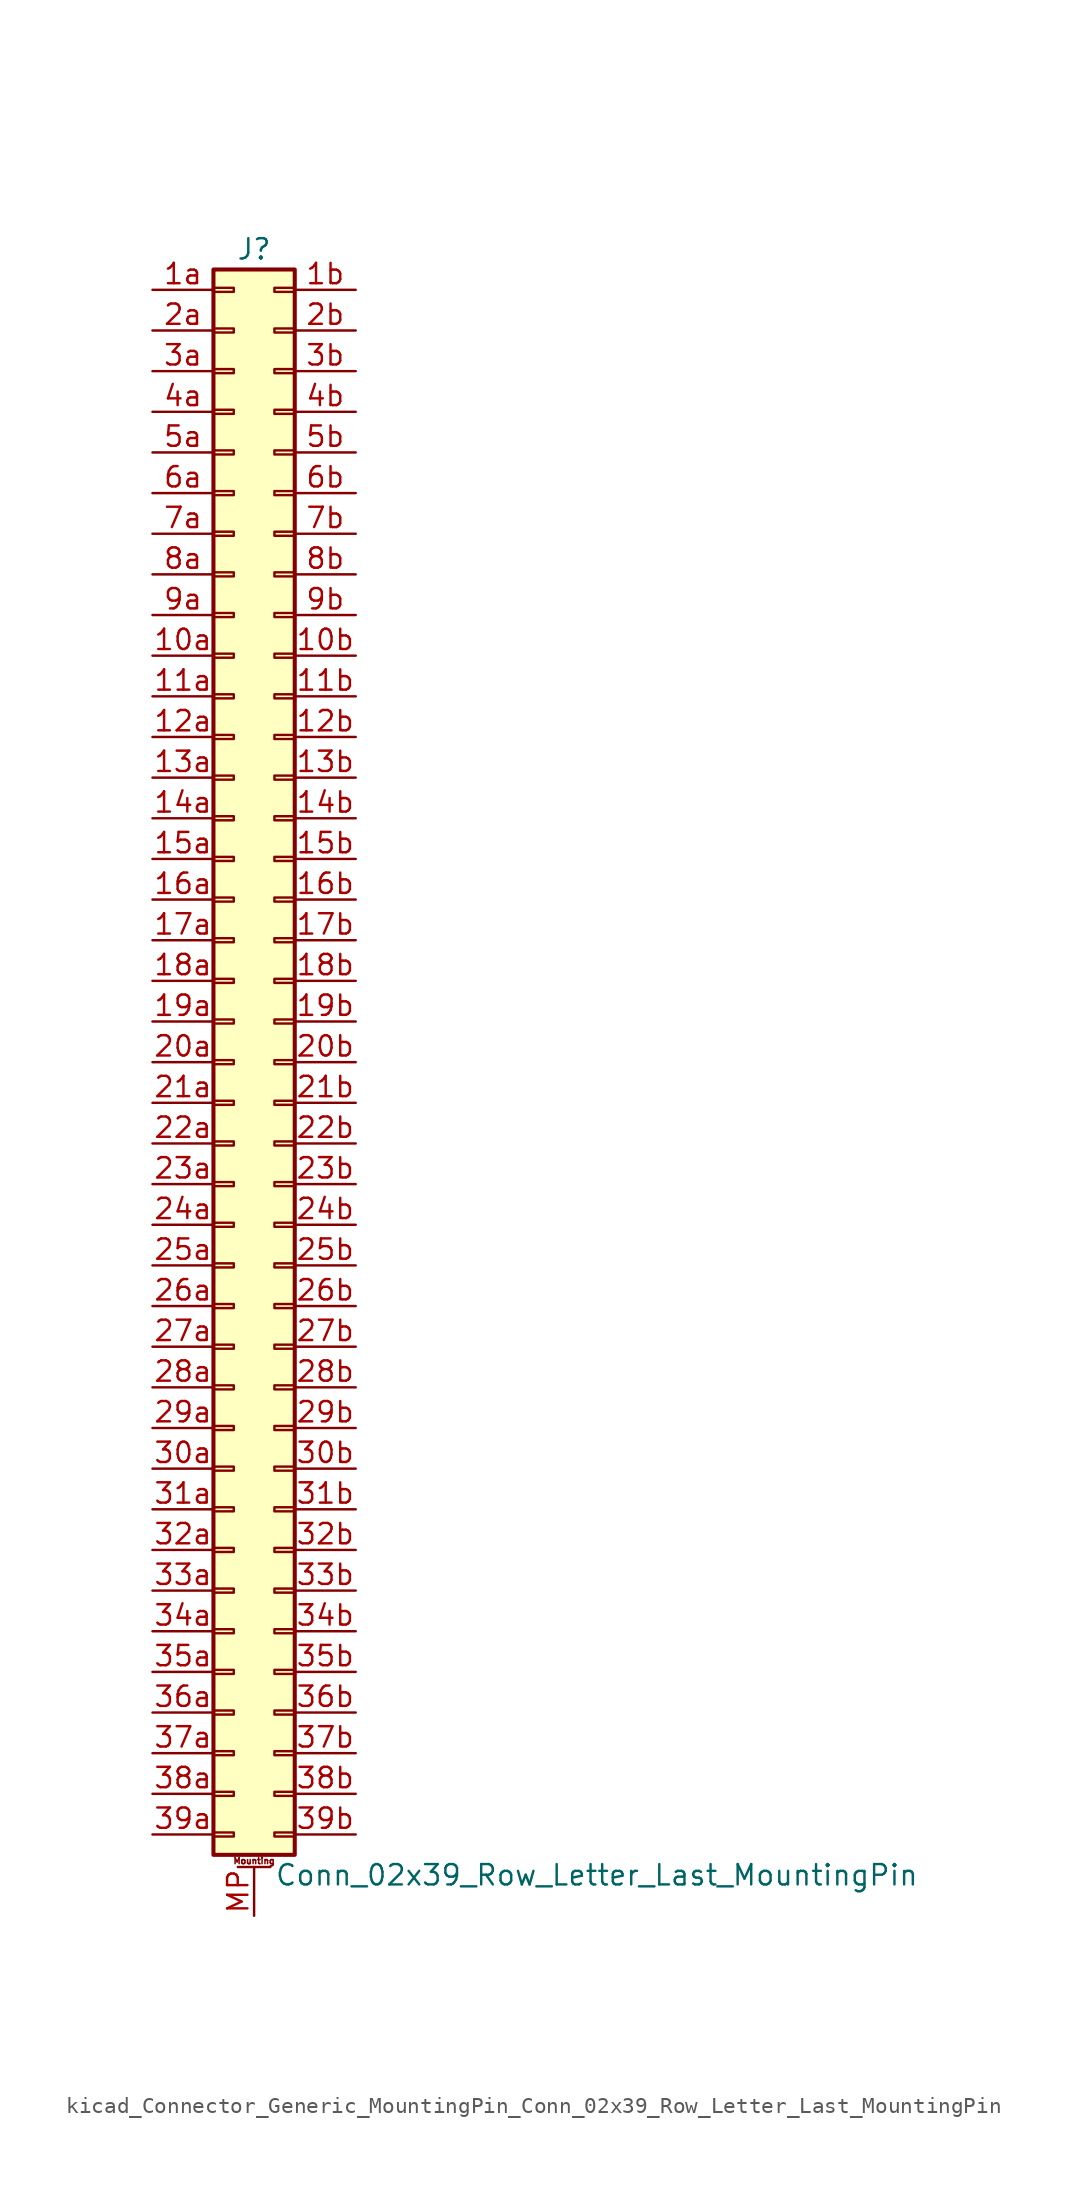
<source format=kicad_sym>
(kicad_symbol_lib
  (version 20220914)
  (generator kicad_symbol_editor)
  (symbol "kicad_Connector_Generic_MountingPin_Conn_02x39_Row_Letter_Last_MountingPin"
    (pin_names
      (offset 1.016) hide)
    (property "Reference" "J"
      (at 1.27 50.8 0)
      (effects (font (size 1.27 1.27))))
    (property "Value" "Conn_02x39_Row_Letter_Last_MountingPin"
      (at 2.54 -50.8 0)
      (effects (font (size 1.27 1.27)) (justify left)))
    (symbol "kicad_Connector_Generic_MountingPin_Conn_02x39_Row_Letter_Last_MountingPin_1_1"
      (rectangle (start -1.27 -48.133) (end 0 -48.387) (stroke (width 0.152) (type default)) (fill (type none)))
      (rectangle (start -1.27 -45.593) (end 0 -45.847) (stroke (width 0.152) (type default)) (fill (type none)))
      (rectangle (start -1.27 -43.053) (end 0 -43.307) (stroke (width 0.152) (type default)) (fill (type none)))
      (rectangle (start -1.27 -40.513) (end 0 -40.767) (stroke (width 0.152) (type default)) (fill (type none)))
      (rectangle (start -1.27 -37.973) (end 0 -38.227) (stroke (width 0.152) (type default)) (fill (type none)))
      (rectangle (start -1.27 -35.433) (end 0 -35.687) (stroke (width 0.152) (type default)) (fill (type none)))
      (rectangle (start -1.27 -32.893) (end 0 -33.147) (stroke (width 0.152) (type default)) (fill (type none)))
      (rectangle (start -1.27 -30.353) (end 0 -30.607) (stroke (width 0.152) (type default)) (fill (type none)))
      (rectangle (start -1.27 -27.813) (end 0 -28.067) (stroke (width 0.152) (type default)) (fill (type none)))
      (rectangle (start -1.27 -25.273) (end 0 -25.527) (stroke (width 0.152) (type default)) (fill (type none)))
      (rectangle (start -1.27 -22.733) (end 0 -22.987) (stroke (width 0.152) (type default)) (fill (type none)))
      (rectangle (start -1.27 -20.193) (end 0 -20.447) (stroke (width 0.152) (type default)) (fill (type none)))
      (rectangle (start -1.27 -17.653) (end 0 -17.907) (stroke (width 0.152) (type default)) (fill (type none)))
      (rectangle (start -1.27 -15.113) (end 0 -15.367) (stroke (width 0.152) (type default)) (fill (type none)))
      (rectangle (start -1.27 -12.573) (end 0 -12.827) (stroke (width 0.152) (type default)) (fill (type none)))
      (rectangle (start -1.27 -10.033) (end 0 -10.287) (stroke (width 0.152) (type default)) (fill (type none)))
      (rectangle (start -1.27 -7.493) (end 0 -7.747) (stroke (width 0.152) (type default)) (fill (type none)))
      (rectangle (start -1.27 -4.953) (end 0 -5.207) (stroke (width 0.152) (type default)) (fill (type none)))
      (rectangle (start -1.27 -2.413) (end 0 -2.667) (stroke (width 0.152) (type default)) (fill (type none)))
      (rectangle (start -1.27 0.127) (end 0 -0.127) (stroke (width 0.152) (type default)) (fill (type none)))
      (rectangle (start -1.27 2.667) (end 0 2.413) (stroke (width 0.152) (type default)) (fill (type none)))
      (rectangle (start -1.27 5.207) (end 0 4.953) (stroke (width 0.152) (type default)) (fill (type none)))
      (rectangle (start -1.27 7.747) (end 0 7.493) (stroke (width 0.152) (type default)) (fill (type none)))
      (rectangle (start -1.27 10.287) (end 0 10.033) (stroke (width 0.152) (type default)) (fill (type none)))
      (rectangle (start -1.27 12.827) (end 0 12.573) (stroke (width 0.152) (type default)) (fill (type none)))
      (rectangle (start -1.27 15.367) (end 0 15.113) (stroke (width 0.152) (type default)) (fill (type none)))
      (rectangle (start -1.27 17.907) (end 0 17.653) (stroke (width 0.152) (type default)) (fill (type none)))
      (rectangle (start -1.27 20.447) (end 0 20.193) (stroke (width 0.152) (type default)) (fill (type none)))
      (rectangle (start -1.27 22.987) (end 0 22.733) (stroke (width 0.152) (type default)) (fill (type none)))
      (rectangle (start -1.27 25.527) (end 0 25.273) (stroke (width 0.152) (type default)) (fill (type none)))
      (rectangle (start -1.27 28.067) (end 0 27.813) (stroke (width 0.152) (type default)) (fill (type none)))
      (rectangle (start -1.27 30.607) (end 0 30.353) (stroke (width 0.152) (type default)) (fill (type none)))
      (rectangle (start -1.27 33.147) (end 0 32.893) (stroke (width 0.152) (type default)) (fill (type none)))
      (rectangle (start -1.27 35.687) (end 0 35.433) (stroke (width 0.152) (type default)) (fill (type none)))
      (rectangle (start -1.27 38.227) (end 0 37.973) (stroke (width 0.152) (type default)) (fill (type none)))
      (rectangle (start -1.27 40.767) (end 0 40.513) (stroke (width 0.152) (type default)) (fill (type none)))
      (rectangle (start -1.27 43.307) (end 0 43.053) (stroke (width 0.152) (type default)) (fill (type none)))
      (rectangle (start -1.27 45.847) (end 0 45.593) (stroke (width 0.152) (type default)) (fill (type none)))
      (rectangle (start -1.27 48.387) (end 0 48.133) (stroke (width 0.152) (type default)) (fill (type none)))
      (rectangle (start -1.27 49.53) (end 3.81 -49.53) (stroke (width 0.254) (type default)) (fill (type background)))
      (polyline (pts (xy 0.254 -50.292) (xy 2.286 -50.292)) (stroke (width 0.152) (type default)) (fill (type none)))
      (rectangle (start 3.81 -48.133) (end 2.54 -48.387) (stroke (width 0.152) (type default)) (fill (type none)))
      (rectangle (start 3.81 -45.593) (end 2.54 -45.847) (stroke (width 0.152) (type default)) (fill (type none)))
      (rectangle (start 3.81 -43.053) (end 2.54 -43.307) (stroke (width 0.152) (type default)) (fill (type none)))
      (rectangle (start 3.81 -40.513) (end 2.54 -40.767) (stroke (width 0.152) (type default)) (fill (type none)))
      (rectangle (start 3.81 -37.973) (end 2.54 -38.227) (stroke (width 0.152) (type default)) (fill (type none)))
      (rectangle (start 3.81 -35.433) (end 2.54 -35.687) (stroke (width 0.152) (type default)) (fill (type none)))
      (rectangle (start 3.81 -32.893) (end 2.54 -33.147) (stroke (width 0.152) (type default)) (fill (type none)))
      (rectangle (start 3.81 -30.353) (end 2.54 -30.607) (stroke (width 0.152) (type default)) (fill (type none)))
      (rectangle (start 3.81 -27.813) (end 2.54 -28.067) (stroke (width 0.152) (type default)) (fill (type none)))
      (rectangle (start 3.81 -25.273) (end 2.54 -25.527) (stroke (width 0.152) (type default)) (fill (type none)))
      (rectangle (start 3.81 -22.733) (end 2.54 -22.987) (stroke (width 0.152) (type default)) (fill (type none)))
      (rectangle (start 3.81 -20.193) (end 2.54 -20.447) (stroke (width 0.152) (type default)) (fill (type none)))
      (rectangle (start 3.81 -17.653) (end 2.54 -17.907) (stroke (width 0.152) (type default)) (fill (type none)))
      (rectangle (start 3.81 -15.113) (end 2.54 -15.367) (stroke (width 0.152) (type default)) (fill (type none)))
      (rectangle (start 3.81 -12.573) (end 2.54 -12.827) (stroke (width 0.152) (type default)) (fill (type none)))
      (rectangle (start 3.81 -10.033) (end 2.54 -10.287) (stroke (width 0.152) (type default)) (fill (type none)))
      (rectangle (start 3.81 -7.493) (end 2.54 -7.747) (stroke (width 0.152) (type default)) (fill (type none)))
      (rectangle (start 3.81 -4.953) (end 2.54 -5.207) (stroke (width 0.152) (type default)) (fill (type none)))
      (rectangle (start 3.81 -2.413) (end 2.54 -2.667) (stroke (width 0.152) (type default)) (fill (type none)))
      (rectangle (start 3.81 0.127) (end 2.54 -0.127) (stroke (width 0.152) (type default)) (fill (type none)))
      (rectangle (start 3.81 2.667) (end 2.54 2.413) (stroke (width 0.152) (type default)) (fill (type none)))
      (rectangle (start 3.81 5.207) (end 2.54 4.953) (stroke (width 0.152) (type default)) (fill (type none)))
      (rectangle (start 3.81 7.747) (end 2.54 7.493) (stroke (width 0.152) (type default)) (fill (type none)))
      (rectangle (start 3.81 10.287) (end 2.54 10.033) (stroke (width 0.152) (type default)) (fill (type none)))
      (rectangle (start 3.81 12.827) (end 2.54 12.573) (stroke (width 0.152) (type default)) (fill (type none)))
      (rectangle (start 3.81 15.367) (end 2.54 15.113) (stroke (width 0.152) (type default)) (fill (type none)))
      (rectangle (start 3.81 17.907) (end 2.54 17.653) (stroke (width 0.152) (type default)) (fill (type none)))
      (rectangle (start 3.81 20.447) (end 2.54 20.193) (stroke (width 0.152) (type default)) (fill (type none)))
      (rectangle (start 3.81 22.987) (end 2.54 22.733) (stroke (width 0.152) (type default)) (fill (type none)))
      (rectangle (start 3.81 25.527) (end 2.54 25.273) (stroke (width 0.152) (type default)) (fill (type none)))
      (rectangle (start 3.81 28.067) (end 2.54 27.813) (stroke (width 0.152) (type default)) (fill (type none)))
      (rectangle (start 3.81 30.607) (end 2.54 30.353) (stroke (width 0.152) (type default)) (fill (type none)))
      (rectangle (start 3.81 33.147) (end 2.54 32.893) (stroke (width 0.152) (type default)) (fill (type none)))
      (rectangle (start 3.81 35.687) (end 2.54 35.433) (stroke (width 0.152) (type default)) (fill (type none)))
      (rectangle (start 3.81 38.227) (end 2.54 37.973) (stroke (width 0.152) (type default)) (fill (type none)))
      (rectangle (start 3.81 40.767) (end 2.54 40.513) (stroke (width 0.152) (type default)) (fill (type none)))
      (rectangle (start 3.81 43.307) (end 2.54 43.053) (stroke (width 0.152) (type default)) (fill (type none)))
      (rectangle (start 3.81 45.847) (end 2.54 45.593) (stroke (width 0.152) (type default)) (fill (type none)))
      (rectangle (start 3.81 48.387) (end 2.54 48.133) (stroke (width 0.152) (type default)) (fill (type none)))
      (text "Mounting" (at 1.27 -49.911 0) (effects (font (size 0.381 0.381))))
      (pin passive line (at -5.08 25.4 0) (length 3.81) (name "Pin_10a" (effects (font (size 1.27 1.27)))) (number "10a" (effects (font (size 1.27 1.27)))))
      (pin passive line (at 7.62 25.4 180) (length 3.81) (name "Pin_10b" (effects (font (size 1.27 1.27)))) (number "10b" (effects (font (size 1.27 1.27)))))
      (pin passive line (at -5.08 22.86 0) (length 3.81) (name "Pin_11a" (effects (font (size 1.27 1.27)))) (number "11a" (effects (font (size 1.27 1.27)))))
      (pin passive line (at 7.62 22.86 180) (length 3.81) (name "Pin_11b" (effects (font (size 1.27 1.27)))) (number "11b" (effects (font (size 1.27 1.27)))))
      (pin passive line (at -5.08 20.32 0) (length 3.81) (name "Pin_12a" (effects (font (size 1.27 1.27)))) (number "12a" (effects (font (size 1.27 1.27)))))
      (pin passive line (at 7.62 20.32 180) (length 3.81) (name "Pin_12b" (effects (font (size 1.27 1.27)))) (number "12b" (effects (font (size 1.27 1.27)))))
      (pin passive line (at -5.08 17.78 0) (length 3.81) (name "Pin_13a" (effects (font (size 1.27 1.27)))) (number "13a" (effects (font (size 1.27 1.27)))))
      (pin passive line (at 7.62 17.78 180) (length 3.81) (name "Pin_13b" (effects (font (size 1.27 1.27)))) (number "13b" (effects (font (size 1.27 1.27)))))
      (pin passive line (at -5.08 15.24 0) (length 3.81) (name "Pin_14a" (effects (font (size 1.27 1.27)))) (number "14a" (effects (font (size 1.27 1.27)))))
      (pin passive line (at 7.62 15.24 180) (length 3.81) (name "Pin_14b" (effects (font (size 1.27 1.27)))) (number "14b" (effects (font (size 1.27 1.27)))))
      (pin passive line (at -5.08 12.7 0) (length 3.81) (name "Pin_15a" (effects (font (size 1.27 1.27)))) (number "15a" (effects (font (size 1.27 1.27)))))
      (pin passive line (at 7.62 12.7 180) (length 3.81) (name "Pin_15b" (effects (font (size 1.27 1.27)))) (number "15b" (effects (font (size 1.27 1.27)))))
      (pin passive line (at -5.08 10.16 0) (length 3.81) (name "Pin_16a" (effects (font (size 1.27 1.27)))) (number "16a" (effects (font (size 1.27 1.27)))))
      (pin passive line (at 7.62 10.16 180) (length 3.81) (name "Pin_16b" (effects (font (size 1.27 1.27)))) (number "16b" (effects (font (size 1.27 1.27)))))
      (pin passive line (at -5.08 7.62 0) (length 3.81) (name "Pin_17a" (effects (font (size 1.27 1.27)))) (number "17a" (effects (font (size 1.27 1.27)))))
      (pin passive line (at 7.62 7.62 180) (length 3.81) (name "Pin_17b" (effects (font (size 1.27 1.27)))) (number "17b" (effects (font (size 1.27 1.27)))))
      (pin passive line (at -5.08 5.08 0) (length 3.81) (name "Pin_18a" (effects (font (size 1.27 1.27)))) (number "18a" (effects (font (size 1.27 1.27)))))
      (pin passive line (at 7.62 5.08 180) (length 3.81) (name "Pin_18b" (effects (font (size 1.27 1.27)))) (number "18b" (effects (font (size 1.27 1.27)))))
      (pin passive line (at -5.08 2.54 0) (length 3.81) (name "Pin_19a" (effects (font (size 1.27 1.27)))) (number "19a" (effects (font (size 1.27 1.27)))))
      (pin passive line (at 7.62 2.54 180) (length 3.81) (name "Pin_19b" (effects (font (size 1.27 1.27)))) (number "19b" (effects (font (size 1.27 1.27)))))
      (pin passive line (at -5.08 48.26 0) (length 3.81) (name "Pin_1a" (effects (font (size 1.27 1.27)))) (number "1a" (effects (font (size 1.27 1.27)))))
      (pin passive line (at 7.62 48.26 180) (length 3.81) (name "Pin_1b" (effects (font (size 1.27 1.27)))) (number "1b" (effects (font (size 1.27 1.27)))))
      (pin passive line (at -5.08 0 0) (length 3.81) (name "Pin_20a" (effects (font (size 1.27 1.27)))) (number "20a" (effects (font (size 1.27 1.27)))))
      (pin passive line (at 7.62 0 180) (length 3.81) (name "Pin_20b" (effects (font (size 1.27 1.27)))) (number "20b" (effects (font (size 1.27 1.27)))))
      (pin passive line (at -5.08 -2.54 0) (length 3.81) (name "Pin_21a" (effects (font (size 1.27 1.27)))) (number "21a" (effects (font (size 1.27 1.27)))))
      (pin passive line (at 7.62 -2.54 180) (length 3.81) (name "Pin_21b" (effects (font (size 1.27 1.27)))) (number "21b" (effects (font (size 1.27 1.27)))))
      (pin passive line (at -5.08 -5.08 0) (length 3.81) (name "Pin_22a" (effects (font (size 1.27 1.27)))) (number "22a" (effects (font (size 1.27 1.27)))))
      (pin passive line (at 7.62 -5.08 180) (length 3.81) (name "Pin_22b" (effects (font (size 1.27 1.27)))) (number "22b" (effects (font (size 1.27 1.27)))))
      (pin passive line (at -5.08 -7.62 0) (length 3.81) (name "Pin_23a" (effects (font (size 1.27 1.27)))) (number "23a" (effects (font (size 1.27 1.27)))))
      (pin passive line (at 7.62 -7.62 180) (length 3.81) (name "Pin_23b" (effects (font (size 1.27 1.27)))) (number "23b" (effects (font (size 1.27 1.27)))))
      (pin passive line (at -5.08 -10.16 0) (length 3.81) (name "Pin_24a" (effects (font (size 1.27 1.27)))) (number "24a" (effects (font (size 1.27 1.27)))))
      (pin passive line (at 7.62 -10.16 180) (length 3.81) (name "Pin_24b" (effects (font (size 1.27 1.27)))) (number "24b" (effects (font (size 1.27 1.27)))))
      (pin passive line (at -5.08 -12.7 0) (length 3.81) (name "Pin_25a" (effects (font (size 1.27 1.27)))) (number "25a" (effects (font (size 1.27 1.27)))))
      (pin passive line (at 7.62 -12.7 180) (length 3.81) (name "Pin_25b" (effects (font (size 1.27 1.27)))) (number "25b" (effects (font (size 1.27 1.27)))))
      (pin passive line (at -5.08 -15.24 0) (length 3.81) (name "Pin_26a" (effects (font (size 1.27 1.27)))) (number "26a" (effects (font (size 1.27 1.27)))))
      (pin passive line (at 7.62 -15.24 180) (length 3.81) (name "Pin_26b" (effects (font (size 1.27 1.27)))) (number "26b" (effects (font (size 1.27 1.27)))))
      (pin passive line (at -5.08 -17.78 0) (length 3.81) (name "Pin_27a" (effects (font (size 1.27 1.27)))) (number "27a" (effects (font (size 1.27 1.27)))))
      (pin passive line (at 7.62 -17.78 180) (length 3.81) (name "Pin_27b" (effects (font (size 1.27 1.27)))) (number "27b" (effects (font (size 1.27 1.27)))))
      (pin passive line (at -5.08 -20.32 0) (length 3.81) (name "Pin_28a" (effects (font (size 1.27 1.27)))) (number "28a" (effects (font (size 1.27 1.27)))))
      (pin passive line (at 7.62 -20.32 180) (length 3.81) (name "Pin_28b" (effects (font (size 1.27 1.27)))) (number "28b" (effects (font (size 1.27 1.27)))))
      (pin passive line (at -5.08 -22.86 0) (length 3.81) (name "Pin_29a" (effects (font (size 1.27 1.27)))) (number "29a" (effects (font (size 1.27 1.27)))))
      (pin passive line (at 7.62 -22.86 180) (length 3.81) (name "Pin_29b" (effects (font (size 1.27 1.27)))) (number "29b" (effects (font (size 1.27 1.27)))))
      (pin passive line (at -5.08 45.72 0) (length 3.81) (name "Pin_2a" (effects (font (size 1.27 1.27)))) (number "2a" (effects (font (size 1.27 1.27)))))
      (pin passive line (at 7.62 45.72 180) (length 3.81) (name "Pin_2b" (effects (font (size 1.27 1.27)))) (number "2b" (effects (font (size 1.27 1.27)))))
      (pin passive line (at -5.08 -25.4 0) (length 3.81) (name "Pin_30a" (effects (font (size 1.27 1.27)))) (number "30a" (effects (font (size 1.27 1.27)))))
      (pin passive line (at 7.62 -25.4 180) (length 3.81) (name "Pin_30b" (effects (font (size 1.27 1.27)))) (number "30b" (effects (font (size 1.27 1.27)))))
      (pin passive line (at -5.08 -27.94 0) (length 3.81) (name "Pin_31a" (effects (font (size 1.27 1.27)))) (number "31a" (effects (font (size 1.27 1.27)))))
      (pin passive line (at 7.62 -27.94 180) (length 3.81) (name "Pin_31b" (effects (font (size 1.27 1.27)))) (number "31b" (effects (font (size 1.27 1.27)))))
      (pin passive line (at -5.08 -30.48 0) (length 3.81) (name "Pin_32a" (effects (font (size 1.27 1.27)))) (number "32a" (effects (font (size 1.27 1.27)))))
      (pin passive line (at 7.62 -30.48 180) (length 3.81) (name "Pin_32b" (effects (font (size 1.27 1.27)))) (number "32b" (effects (font (size 1.27 1.27)))))
      (pin passive line (at -5.08 -33.02 0) (length 3.81) (name "Pin_33a" (effects (font (size 1.27 1.27)))) (number "33a" (effects (font (size 1.27 1.27)))))
      (pin passive line (at 7.62 -33.02 180) (length 3.81) (name "Pin_33b" (effects (font (size 1.27 1.27)))) (number "33b" (effects (font (size 1.27 1.27)))))
      (pin passive line (at -5.08 -35.56 0) (length 3.81) (name "Pin_34a" (effects (font (size 1.27 1.27)))) (number "34a" (effects (font (size 1.27 1.27)))))
      (pin passive line (at 7.62 -35.56 180) (length 3.81) (name "Pin_34b" (effects (font (size 1.27 1.27)))) (number "34b" (effects (font (size 1.27 1.27)))))
      (pin passive line (at -5.08 -38.1 0) (length 3.81) (name "Pin_35a" (effects (font (size 1.27 1.27)))) (number "35a" (effects (font (size 1.27 1.27)))))
      (pin passive line (at 7.62 -38.1 180) (length 3.81) (name "Pin_35b" (effects (font (size 1.27 1.27)))) (number "35b" (effects (font (size 1.27 1.27)))))
      (pin passive line (at -5.08 -40.64 0) (length 3.81) (name "Pin_36a" (effects (font (size 1.27 1.27)))) (number "36a" (effects (font (size 1.27 1.27)))))
      (pin passive line (at 7.62 -40.64 180) (length 3.81) (name "Pin_36b" (effects (font (size 1.27 1.27)))) (number "36b" (effects (font (size 1.27 1.27)))))
      (pin passive line (at -5.08 -43.18 0) (length 3.81) (name "Pin_37a" (effects (font (size 1.27 1.27)))) (number "37a" (effects (font (size 1.27 1.27)))))
      (pin passive line (at 7.62 -43.18 180) (length 3.81) (name "Pin_37b" (effects (font (size 1.27 1.27)))) (number "37b" (effects (font (size 1.27 1.27)))))
      (pin passive line (at -5.08 -45.72 0) (length 3.81) (name "Pin_38a" (effects (font (size 1.27 1.27)))) (number "38a" (effects (font (size 1.27 1.27)))))
      (pin passive line (at 7.62 -45.72 180) (length 3.81) (name "Pin_38b" (effects (font (size 1.27 1.27)))) (number "38b" (effects (font (size 1.27 1.27)))))
      (pin passive line (at -5.08 -48.26 0) (length 3.81) (name "Pin_39a" (effects (font (size 1.27 1.27)))) (number "39a" (effects (font (size 1.27 1.27)))))
      (pin passive line (at 7.62 -48.26 180) (length 3.81) (name "Pin_39b" (effects (font (size 1.27 1.27)))) (number "39b" (effects (font (size 1.27 1.27)))))
      (pin passive line (at -5.08 43.18 0) (length 3.81) (name "Pin_3a" (effects (font (size 1.27 1.27)))) (number "3a" (effects (font (size 1.27 1.27)))))
      (pin passive line (at 7.62 43.18 180) (length 3.81) (name "Pin_3b" (effects (font (size 1.27 1.27)))) (number "3b" (effects (font (size 1.27 1.27)))))
      (pin passive line (at -5.08 40.64 0) (length 3.81) (name "Pin_4a" (effects (font (size 1.27 1.27)))) (number "4a" (effects (font (size 1.27 1.27)))))
      (pin passive line (at 7.62 40.64 180) (length 3.81) (name "Pin_4b" (effects (font (size 1.27 1.27)))) (number "4b" (effects (font (size 1.27 1.27)))))
      (pin passive line (at -5.08 38.1 0) (length 3.81) (name "Pin_5a" (effects (font (size 1.27 1.27)))) (number "5a" (effects (font (size 1.27 1.27)))))
      (pin passive line (at 7.62 38.1 180) (length 3.81) (name "Pin_5b" (effects (font (size 1.27 1.27)))) (number "5b" (effects (font (size 1.27 1.27)))))
      (pin passive line (at -5.08 35.56 0) (length 3.81) (name "Pin_6a" (effects (font (size 1.27 1.27)))) (number "6a" (effects (font (size 1.27 1.27)))))
      (pin passive line (at 7.62 35.56 180) (length 3.81) (name "Pin_6b" (effects (font (size 1.27 1.27)))) (number "6b" (effects (font (size 1.27 1.27)))))
      (pin passive line (at -5.08 33.02 0) (length 3.81) (name "Pin_7a" (effects (font (size 1.27 1.27)))) (number "7a" (effects (font (size 1.27 1.27)))))
      (pin passive line (at 7.62 33.02 180) (length 3.81) (name "Pin_7b" (effects (font (size 1.27 1.27)))) (number "7b" (effects (font (size 1.27 1.27)))))
      (pin passive line (at -5.08 30.48 0) (length 3.81) (name "Pin_8a" (effects (font (size 1.27 1.27)))) (number "8a" (effects (font (size 1.27 1.27)))))
      (pin passive line (at 7.62 30.48 180) (length 3.81) (name "Pin_8b" (effects (font (size 1.27 1.27)))) (number "8b" (effects (font (size 1.27 1.27)))))
      (pin passive line (at -5.08 27.94 0) (length 3.81) (name "Pin_9a" (effects (font (size 1.27 1.27)))) (number "9a" (effects (font (size 1.27 1.27)))))
      (pin passive line (at 7.62 27.94 180) (length 3.81) (name "Pin_9b" (effects (font (size 1.27 1.27)))) (number "9b" (effects (font (size 1.27 1.27)))))
      (pin passive line (at 1.27 -53.34 90) (length 3.048) (name "MountPin" (effects (font (size 1.27 1.27)))) (number "MP" (effects (font (size 1.27 1.27))))))))
</source>
